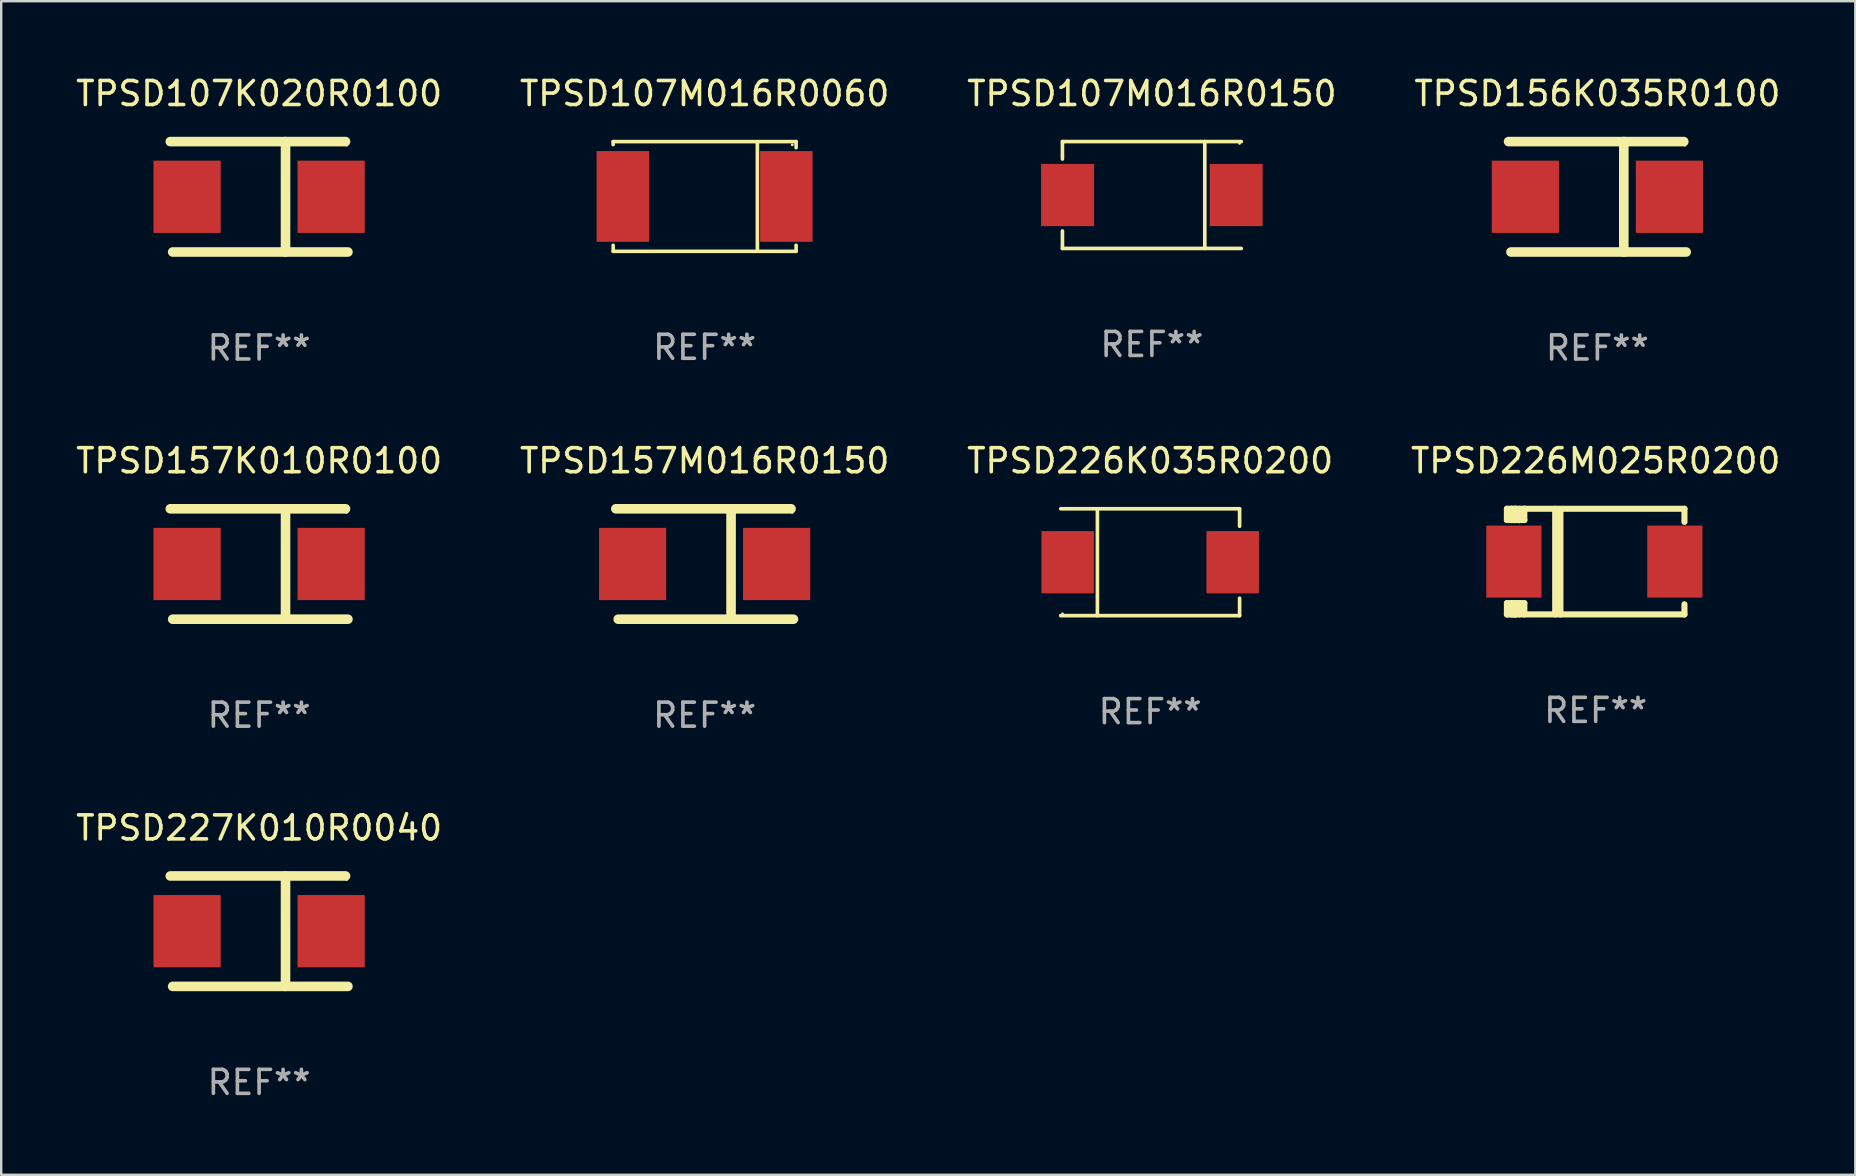
<source format=kicad_pcb>
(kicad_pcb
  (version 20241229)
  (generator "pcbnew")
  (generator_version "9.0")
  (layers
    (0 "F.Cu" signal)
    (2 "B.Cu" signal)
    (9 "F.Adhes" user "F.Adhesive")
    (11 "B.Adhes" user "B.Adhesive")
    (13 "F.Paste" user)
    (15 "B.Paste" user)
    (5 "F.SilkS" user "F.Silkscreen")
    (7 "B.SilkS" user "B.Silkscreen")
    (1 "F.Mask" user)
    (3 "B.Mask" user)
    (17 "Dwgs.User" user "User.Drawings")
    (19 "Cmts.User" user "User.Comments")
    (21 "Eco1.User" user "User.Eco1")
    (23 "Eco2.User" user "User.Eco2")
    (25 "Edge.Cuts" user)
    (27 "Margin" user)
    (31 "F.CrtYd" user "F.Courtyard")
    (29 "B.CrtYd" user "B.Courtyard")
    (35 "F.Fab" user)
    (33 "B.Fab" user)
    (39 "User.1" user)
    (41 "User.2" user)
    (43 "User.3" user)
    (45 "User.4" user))
  (footprint "TPSD157M016R0150"
    (layer "F.Cu")
    (at 26.304 20.445)
    (property "Reference" "TPSD157M016R0150" (at 0 -4.3 0) (layer "F.SilkS") (effects (font (size 1 1) (thickness 0.15))))
    (attr through_hole)
    (fp_line (start -3.7 -2.3) (end 3.6 -2.3) (stroke (width 0.4) (type solid)) (layer "F.SilkS"))
    (fp_line (start 1.1 2.3) (end 1.101 -2.3) (stroke (width 0.4) (type solid)) (layer "F.SilkS"))
    (fp_line (start 3.7 2.3) (end -3.6 2.3) (stroke (width 0.4) (type solid)) (layer "F.SilkS"))
    (fp_circle (center 3.65 -2.15) (end 3.68 -2.15) (stroke (width 0.06) (type solid)) (fill no) (layer "F.SilkS"))
    (fp_text user "REF**" (at 0 6.3 0) (layer "F.Fab") (effects (font (size 1 1) (thickness 0.15))))
    (pad "1" smd rect (at 3 0 180) (size 2.799 3.01) (layers "F.Cu" "F.Mask" "F.Paste"))
    (pad "2" smd rect (at -3 0 180) (size 2.799 3.01) (layers "F.Cu" "F.Mask" "F.Paste")))
  (footprint "TPSD107K020R0100"
    (layer "F.Cu")
    (at 7.744 5.148)
    (property "Reference" "TPSD107K020R0100" (at 0 -4.3 0) (layer "F.SilkS") (effects (font (size 1 1) (thickness 0.15))))
    (attr through_hole)
    (fp_line (start -3.7 -2.3) (end 3.6 -2.3) (stroke (width 0.4) (type solid)) (layer "F.SilkS"))
    (fp_line (start 1.1 2.3) (end 1.101 -2.3) (stroke (width 0.4) (type solid)) (layer "F.SilkS"))
    (fp_line (start 3.7 2.3) (end -3.6 2.3) (stroke (width 0.4) (type solid)) (layer "F.SilkS"))
    (fp_circle (center 3.65 -2.15) (end 3.68 -2.15) (stroke (width 0.06) (type solid)) (fill no) (layer "F.SilkS"))
    (fp_text user "REF**" (at 0 6.3 0) (layer "F.Fab") (effects (font (size 1 1) (thickness 0.15))))
    (pad "1" smd rect (at 3 0 180) (size 2.799 3.01) (layers "F.Cu" "F.Mask" "F.Paste"))
    (pad "2" smd rect (at -3 0 180) (size 2.799 3.01) (layers "F.Cu" "F.Mask" "F.Paste")))
  (footprint "TPSD157K010R0100"
    (layer "F.Cu")
    (at 7.744 20.445)
    (property "Reference" "TPSD157K010R0100" (at 0 -4.3 0) (layer "F.SilkS") (effects (font (size 1 1) (thickness 0.15))))
    (attr through_hole)
    (fp_line (start -3.7 -2.3) (end 3.6 -2.3) (stroke (width 0.4) (type solid)) (layer "F.SilkS"))
    (fp_line (start 1.1 2.3) (end 1.101 -2.3) (stroke (width 0.4) (type solid)) (layer "F.SilkS"))
    (fp_line (start 3.7 2.3) (end -3.6 2.3) (stroke (width 0.4) (type solid)) (layer "F.SilkS"))
    (fp_circle (center 3.65 -2.15) (end 3.68 -2.15) (stroke (width 0.06) (type solid)) (fill no) (layer "F.SilkS"))
    (fp_text user "REF**" (at 0 6.3 0) (layer "F.Fab") (effects (font (size 1 1) (thickness 0.15))))
    (pad "1" smd rect (at 3 0 180) (size 2.799 3.01) (layers "F.Cu" "F.Mask" "F.Paste"))
    (pad "2" smd rect (at -3 0 180) (size 2.799 3.01) (layers "F.Cu" "F.Mask" "F.Paste")))
  (footprint "TPSD156K035R0100"
    (layer "F.Cu")
    (at 63.494 5.148)
    (property "Reference" "TPSD156K035R0100" (at 0 -4.3 0) (layer "F.SilkS") (effects (font (size 1 1) (thickness 0.15))))
    (attr through_hole)
    (fp_line (start -3.7 -2.3) (end 3.6 -2.3) (stroke (width 0.4) (type solid)) (layer "F.SilkS"))
    (fp_line (start 1.1 2.3) (end 1.101 -2.3) (stroke (width 0.4) (type solid)) (layer "F.SilkS"))
    (fp_line (start 3.7 2.3) (end -3.6 2.3) (stroke (width 0.4) (type solid)) (layer "F.SilkS"))
    (fp_circle (center 3.65 -2.15) (end 3.68 -2.15) (stroke (width 0.06) (type solid)) (fill no) (layer "F.SilkS"))
    (fp_text user "REF**" (at 0 6.3 0) (layer "F.Fab") (effects (font (size 1 1) (thickness 0.15))))
    (pad "1" smd rect (at 3 0 180) (size 2.799 3.01) (layers "F.Cu" "F.Mask" "F.Paste"))
    (pad "2" smd rect (at -3 0 180) (size 2.799 3.01) (layers "F.Cu" "F.Mask" "F.Paste")))
  (footprint "TPSD227K010R0040"
    (layer "F.Cu")
    (at 7.744 35.741)
    (property "Reference" "TPSD227K010R0040" (at 0 -4.3 0) (layer "F.SilkS") (effects (font (size 1 1) (thickness 0.15))))
    (attr through_hole)
    (fp_line (start -3.7 -2.3) (end 3.6 -2.3) (stroke (width 0.4) (type solid)) (layer "F.SilkS"))
    (fp_line (start 1.1 2.3) (end 1.101 -2.3) (stroke (width 0.4) (type solid)) (layer "F.SilkS"))
    (fp_line (start 3.7 2.3) (end -3.6 2.3) (stroke (width 0.4) (type solid)) (layer "F.SilkS"))
    (fp_circle (center 3.65 -2.15) (end 3.68 -2.15) (stroke (width 0.06) (type solid)) (fill no) (layer "F.SilkS"))
    (fp_text user "REF**" (at 0 6.3 0) (layer "F.Fab") (effects (font (size 1 1) (thickness 0.15))))
    (pad "1" smd rect (at 3 0 180) (size 2.799 3.01) (layers "F.Cu" "F.Mask" "F.Paste"))
    (pad "2" smd rect (at -3 0 180) (size 2.799 3.01) (layers "F.Cu" "F.Mask" "F.Paste")))
  (footprint "TPSD107M016R0060"
    (layer "F.Cu")
    (at 26.304 5.134)
    (property "Reference" "TPSD107M016R0060" (at 0 -4.286 0) (layer "F.SilkS") (effects (font (size 1 1) (thickness 0.15))))
    (attr through_hole)
    (fp_line (start -3.81 -2.286) (end -3.81 -2.159) (stroke (width 0.15) (type solid)) (layer "F.SilkS"))
    (fp_line (start -3.81 2.032) (end -3.81 2.286) (stroke (width 0.15) (type solid)) (layer "F.SilkS"))
    (fp_line (start -3.81 2.286) (end 3.81 2.286) (stroke (width 0.15) (type solid)) (layer "F.SilkS"))
    (fp_line (start 2.197 -2.226) (end 2.197 2.226) (stroke (width 0.152) (type solid)) (layer "F.SilkS"))
    (fp_line (start 3.81 -2.286) (end -3.81 -2.286) (stroke (width 0.15) (type solid)) (layer "F.SilkS"))
    (fp_line (start 3.81 -2.032) (end 3.81 -2.286) (stroke (width 0.15) (type solid)) (layer "F.SilkS"))
    (fp_line (start 3.81 2.286) (end 3.81 2.032) (stroke (width 0.15) (type solid)) (layer "F.SilkS"))
    (fp_circle (center 3.65 -2.15) (end 3.68 -2.15) (stroke (width 0.06) (type solid)) (fill no) (layer "F.SilkS"))
    (fp_text user "REF**" (at 0 6.286 0) (layer "F.Fab") (effects (font (size 1 1) (thickness 0.15))))
    (pad "1" smd rect (at 3.404 0 180) (size 2.185 3.78) (layers "F.Cu" "F.Mask" "F.Paste"))
    (pad "2" smd rect (at -3.409 0 180) (size 2.185 3.78) (layers "F.Cu" "F.Mask" "F.Paste")))
  (footprint "TPSD107M016R0150"
    (layer "F.Cu")
    (at 44.935 5.074)
    (property "Reference" "TPSD107M016R0150" (at 0 -4.226 0) (layer "F.SilkS") (effects (font (size 1 1) (thickness 0.15))))
    (attr through_hole)
    (fp_line (start -3.726 -2.226) (end -3.726 -1.499) (stroke (width 0.152) (type solid)) (layer "F.SilkS"))
    (fp_line (start -3.726 -2.226) (end 3.726 -2.226) (stroke (width 0.152) (type solid)) (layer "F.SilkS"))
    (fp_line (start -3.726 2.226) (end -3.726 1.499) (stroke (width 0.152) (type solid)) (layer "F.SilkS"))
    (fp_line (start -3.726 2.226) (end 3.726 2.226) (stroke (width 0.152) (type solid)) (layer "F.SilkS"))
    (fp_line (start 2.204 -2.226) (end 2.204 2.226) (stroke (width 0.152) (type solid)) (layer "F.SilkS"))
    (fp_circle (center 3.65 -2.15) (end 3.68 -2.15) (stroke (width 0.06) (type solid)) (fill no) (layer "F.SilkS"))
    (fp_text user "REF**" (at 0 6.226 0) (layer "F.Fab") (effects (font (size 1 1) (thickness 0.15))))
    (pad "1" smd rect (at 3.511 0) (size 2.207 2.592) (layers "F.Cu" "F.Mask" "F.Paste"))
    (pad "2" smd rect (at -3.511 0) (size 2.207 2.592) (layers "F.Cu" "F.Mask" "F.Paste")))
  (footprint "TPSD226K035R0200"
    (layer "F.Cu")
    (at 44.863 20.371)
    (property "Reference" "TPSD226K035R0200" (at 0 -4.226 0) (layer "F.SilkS") (effects (font (size 1 1) (thickness 0.15))))
    (attr through_hole)
    (fp_line (start -3.726 -2.226) (end 3.726 -2.226) (stroke (width 0.152) (type solid)) (layer "F.SilkS"))
    (fp_line (start -3.726 2.226) (end 3.726 2.226) (stroke (width 0.152) (type solid)) (layer "F.SilkS"))
    (fp_line (start -2.197 -2.226) (end -2.197 2.226) (stroke (width 0.152) (type solid)) (layer "F.SilkS"))
    (fp_line (start 3.726 -2.226) (end 3.726 -1.499) (stroke (width 0.152) (type solid)) (layer "F.SilkS"))
    (fp_line (start 3.726 2.226) (end 3.726 1.499) (stroke (width 0.152) (type solid)) (layer "F.SilkS"))
    (fp_circle (center -3.65 2.15) (end -3.62 2.15) (stroke (width 0.06) (type solid)) (fill no) (layer "F.SilkS"))
    (fp_text user "REF**" (at 0 6.226 0) (layer "F.Fab") (effects (font (size 1 1) (thickness 0.15))))
    (pad "1" smd rect (at -3.434 0 180) (size 2.185 2.592) (layers "F.Cu" "F.Mask" "F.Paste"))
    (pad "2" smd rect (at 3.439 0 180) (size 2.185 2.592) (layers "F.Cu" "F.Mask" "F.Paste")))
  (footprint "TPSD226M025R0200"
    (layer "F.Cu")
    (at 63.423 20.345)
    (property "Reference" "TPSD226M025R0200" (at 0 -4.2 0) (layer "F.SilkS") (effects (font (size 1 1) (thickness 0.15))))
    (attr through_hole)
    (fp_line (start -3.698 -2.2) (end -3.502 -2.2) (stroke (width 0.254) (type solid)) (layer "F.SilkS"))
    (fp_line (start -3.698 -1.731) (end -3.698 -2.2) (stroke (width 0.254) (type solid)) (layer "F.SilkS"))
    (fp_line (start -3.698 -1.731) (end -3.502 -1.731) (stroke (width 0.254) (type solid)) (layer "F.SilkS"))
    (fp_line (start -3.698 1.731) (end -3.502 1.731) (stroke (width 0.254) (type solid)) (layer "F.SilkS"))
    (fp_line (start -3.698 2.2) (end -3.698 1.731) (stroke (width 0.254) (type solid)) (layer "F.SilkS"))
    (fp_line (start -3.66 2.2) (end -3.698 2.2) (stroke (width 0.254) (type solid)) (layer "F.SilkS"))
    (fp_line (start -3.66 2.2) (end -3.346 2.2) (stroke (width 0.254) (type solid)) (layer "F.SilkS"))
    (fp_line (start -3.502 -2.2) (end 3.698 -2.2) (stroke (width 0.254) (type solid)) (layer "F.SilkS"))
    (fp_line (start -3.502 -1.731) (end -3.502 -2.2) (stroke (width 0.254) (type solid)) (layer "F.SilkS"))
    (fp_line (start -3.502 1.731) (end -3.502 1.778) (stroke (width 0.254) (type solid)) (layer "F.SilkS"))
    (fp_line (start -3.502 1.731) (end -3.178 1.731) (stroke (width 0.254) (type solid)) (layer "F.SilkS"))
    (fp_line (start -3.502 1.778) (end -3.502 1.731) (stroke (width 0.254) (type solid)) (layer "F.SilkS"))
    (fp_line (start -3.502 2.2) (end -3.502 1.778) (stroke (width 0.254) (type solid)) (layer "F.SilkS"))
    (fp_line (start -3.502 2.2) (end 3.698 2.2) (stroke (width 0.254) (type solid)) (layer "F.SilkS"))
    (fp_line (start -3.367 -2.2) (end -3.367 -1.731) (stroke (width 0.254) (type solid)) (layer "F.SilkS"))
    (fp_line (start -3.346 1.731) (end -3.346 2.2) (stroke (width 0.254) (type solid)) (layer "F.SilkS"))
    (fp_line (start -3.346 2.2) (end -3.346 2.2) (stroke (width 0.254) (type solid)) (layer "F.SilkS"))
    (fp_line (start -3.332 1.731) (end -3.346 1.731) (stroke (width 0.254) (type solid)) (layer "F.SilkS"))
    (fp_line (start -3.303 -2.2) (end -3.367 -2.2) (stroke (width 0.254) (type solid)) (layer "F.SilkS"))
    (fp_line (start -3.179 -1.731) (end -3.179 -1.731) (stroke (width 0.254) (type solid)) (layer "F.SilkS"))
    (fp_line (start -3.179 1.731) (end -3.179 2.2) (stroke (width 0.254) (type solid)) (layer "F.SilkS"))
    (fp_line (start -3.178 -1.731) (end -3.502 -1.731) (stroke (width 0.254) (type solid)) (layer "F.SilkS"))
    (fp_line (start -3.178 -1.731) (end -3.179 -1.731) (stroke (width 0.254) (type solid)) (layer "F.SilkS"))
    (fp_line (start -3.178 -1.731) (end -3.178 -2.2) (stroke (width 0.254) (type solid)) (layer "F.SilkS"))
    (fp_line (start -3.178 1.731) (end -3.178 1.731) (stroke (width 0.254) (type solid)) (layer "F.SilkS"))
    (fp_line (start -2.972 -2.2) (end -2.972 -1.731) (stroke (width 0.254) (type solid)) (layer "F.SilkS"))
    (fp_line (start -2.972 -1.731) (end -3.502 -1.731) (stroke (width 0.254) (type solid)) (layer "F.SilkS"))
    (fp_line (start -2.972 1.731) (end -3.179 1.731) (stroke (width 0.254) (type solid)) (layer "F.SilkS"))
    (fp_line (start -2.972 1.731) (end -2.972 2.2) (stroke (width 0.254) (type solid)) (layer "F.SilkS"))
    (fp_line (start -2.957 -2.2) (end -2.972 -2.2) (stroke (width 0.254) (type solid)) (layer "F.SilkS"))
    (fp_line (start -1.686 -2.2) (end -1.686 2.2) (stroke (width 0.254) (type solid)) (layer "F.SilkS"))
    (fp_line (start -1.469 -2.159) (end -1.469 2.2) (stroke (width 0.254) (type solid)) (layer "F.SilkS"))
    (fp_line (start -1.452 -2.159) (end -1.469 -2.159) (stroke (width 0.254) (type solid)) (layer "F.SilkS"))
    (fp_line (start 3.698 -2.2) (end 3.698 -1.651) (stroke (width 0.254) (type solid)) (layer "F.SilkS"))
    (fp_line (start 3.698 2.2) (end 3.698 1.778) (stroke (width 0.254) (type solid)) (layer "F.SilkS"))
    (fp_circle (center -3.552 2.15) (end -3.522 2.15) (stroke (width 0.06) (type solid)) (fill no) (layer "F.SilkS"))
    (fp_text user "REF**" (at 0 6.2 0) (layer "F.Fab") (effects (font (size 1 1) (thickness 0.15))))
    (pad "1" smd rect (at -3.407 0) (size 2.3 3) (layers "F.Cu" "F.Mask" "F.Paste"))
    (pad "2" smd rect (at 3.298 0) (size 2.3 3) (layers "F.Cu" "F.Mask" "F.Paste")))
  (gr_rect
    (start -3 -3)
    (end 74.238 45.889)
    (stroke (width 0.1) (type default))
    (fill no)
    (layer "Edge.Cuts")))
</source>
